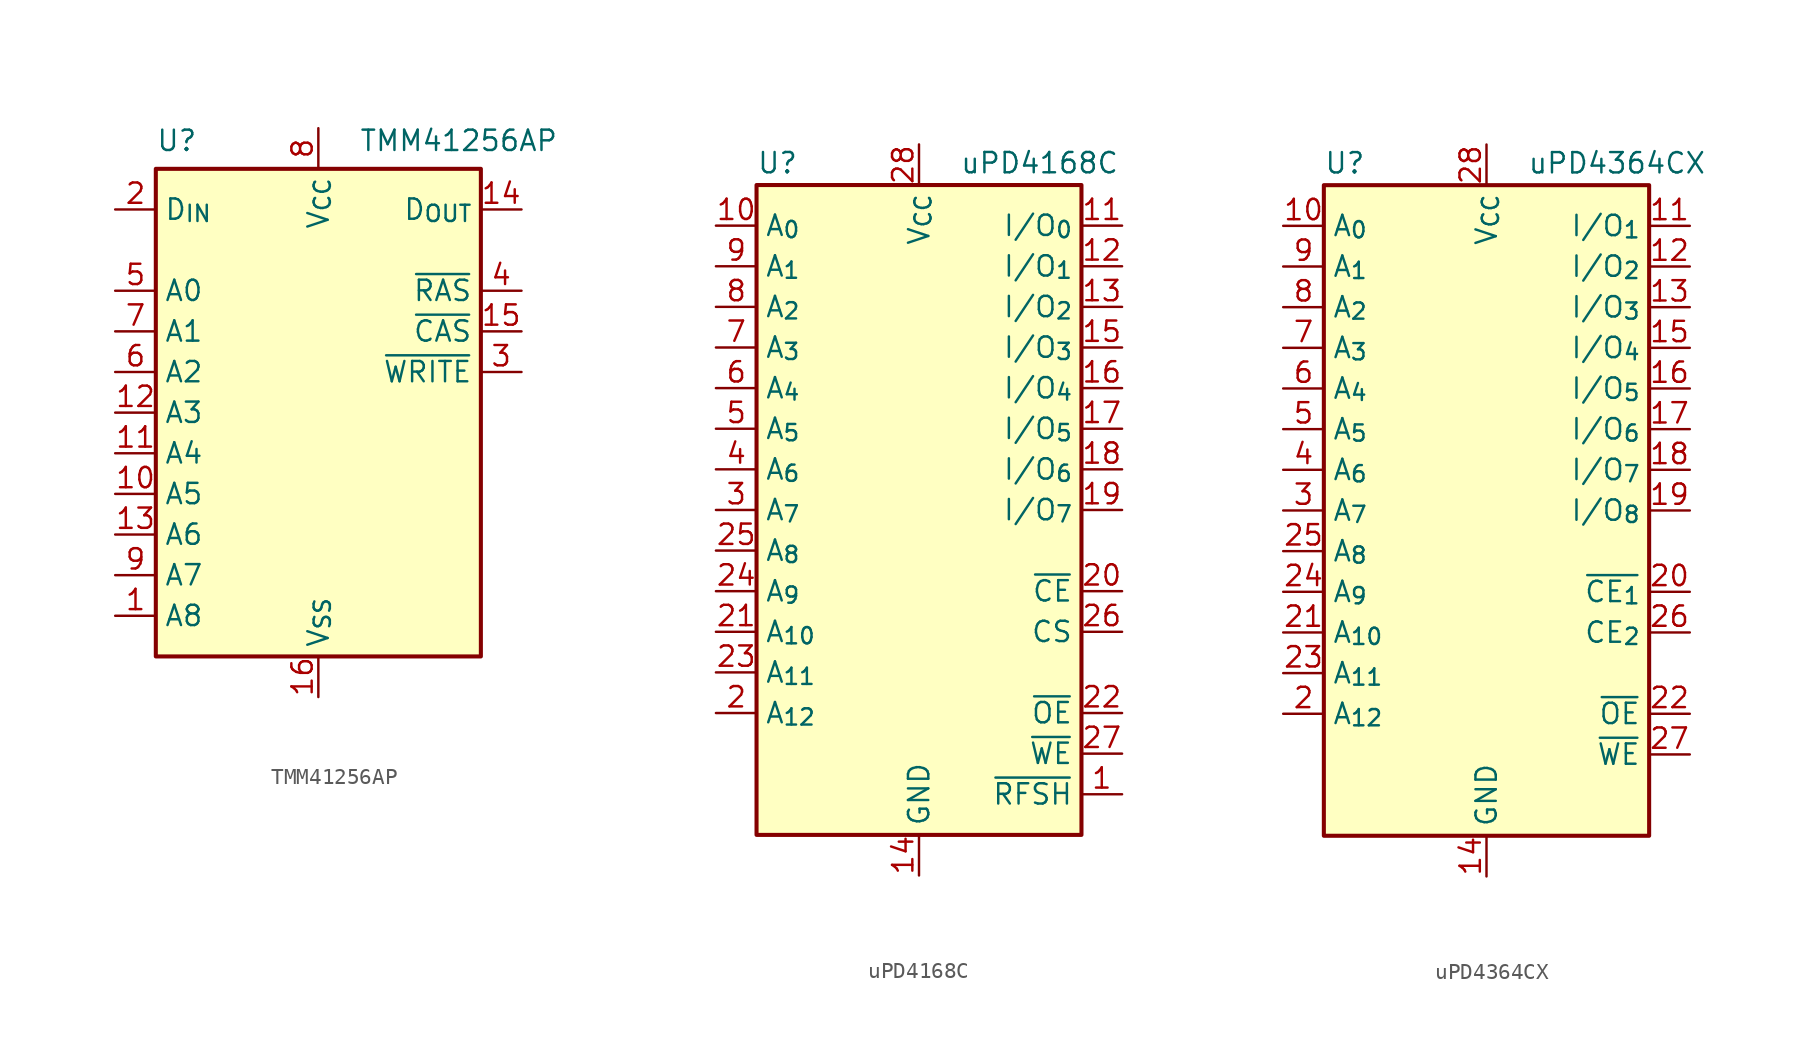
<source format=kicad_sym>
(kicad_symbol_lib
  (version 20241209)
  (generator "kicad_symbol_editor")
  (generator_version "9.0")
  (symbol "TMM41256AP"
    (property "Reference" "U"
      (at -10.16 16.256 0)
      (effects (font (size 1.27 1.27)) (justify left bottom)))
    (property "Value" "TMM41256AP"
      (at 2.54 16.256 0)
      (effects (font (size 1.27 1.27)) (justify left bottom)))
    (symbol "TMM41256AP_0_1"
      (rectangle (start -10.16 15.24) (end 10.16 -15.24) (stroke (width 0.254) (type default)) (fill (type background))))
    (symbol "TMM41256AP_1_0"
      (pin input line (at -12.7 -10.16 0) (length 2.54) (name "A7" (effects (font (size 1.27 1.27)))) (number "9" (effects (font (size 1.27 1.27)))))
      (pin input line (at -12.7 -12.7 0) (length 2.54) (name "A8" (effects (font (size 1.27 1.27)))) (number "1" (effects (font (size 1.27 1.27)))))
      (pin power_in line (at 0 17.78 270) (length 2.54) (name "V_{CC}" (effects (font (size 1.27 1.27)))) (number "8" (effects (font (size 1.27 1.27)))))
      (pin power_in line (at 0 -17.78 90) (length 2.54) (name "V_{SS}" (effects (font (size 1.27 1.27)))) (number "16" (effects (font (size 1.27 1.27))))))
    (symbol "TMM41256AP_1_1"
      (pin input line (at -12.7 12.7 0) (length 2.54) (name "D_{IN}" (effects (font (size 1.27 1.27)))) (number "2" (effects (font (size 1.27 1.27)))))
      (pin input line (at -12.7 7.62 0) (length 2.54) (name "A0" (effects (font (size 1.27 1.27)))) (number "5" (effects (font (size 1.27 1.27)))))
      (pin input line (at -12.7 5.08 0) (length 2.54) (name "A1" (effects (font (size 1.27 1.27)))) (number "7" (effects (font (size 1.27 1.27)))))
      (pin input line (at -12.7 2.54 0) (length 2.54) (name "A2" (effects (font (size 1.27 1.27)))) (number "6" (effects (font (size 1.27 1.27)))))
      (pin input line (at -12.7 0 0) (length 2.54) (name "A3" (effects (font (size 1.27 1.27)))) (number "12" (effects (font (size 1.27 1.27)))))
      (pin input line (at -12.7 -2.54 0) (length 2.54) (name "A4" (effects (font (size 1.27 1.27)))) (number "11" (effects (font (size 1.27 1.27)))))
      (pin input line (at -12.7 -5.08 0) (length 2.54) (name "A5" (effects (font (size 1.27 1.27)))) (number "10" (effects (font (size 1.27 1.27)))))
      (pin input line (at -12.7 -7.62 0) (length 2.54) (name "A6" (effects (font (size 1.27 1.27)))) (number "13" (effects (font (size 1.27 1.27)))))
      (pin tri_state line (at 12.7 12.7 180) (length 2.54) (name "D_{OUT}" (effects (font (size 1.27 1.27)))) (number "14" (effects (font (size 1.27 1.27)))))
      (pin input line (at 12.7 7.62 180) (length 2.54) (name "~{RAS}" (effects (font (size 1.27 1.27)))) (number "4" (effects (font (size 1.27 1.27)))))
      (pin input line (at 12.7 5.08 180) (length 2.54) (name "~{CAS}" (effects (font (size 1.27 1.27)))) (number "15" (effects (font (size 1.27 1.27)))))
      (pin input line (at 12.7 2.54 180) (length 2.54) (name "~{WRITE}" (effects (font (size 1.27 1.27)))) (number "3" (effects (font (size 1.27 1.27)))))))
  (symbol "uPD4168C"
    (property "Reference" "U"
      (at -10.16 20.955 0)
      (effects (font (size 1.27 1.27)) (justify left bottom)))
    (property "Value" "uPD4168C"
      (at 2.54 20.955 0)
      (effects (font (size 1.27 1.27)) (justify left bottom)))
    (symbol "uPD4168C_0_0"
      (pin power_in line (at 0 -22.86 90) (length 2.54) (name "GND" (effects (font (size 1.27 1.27)))) (number "14" (effects (font (size 1.27 1.27))))))
    (symbol "uPD4168C_0_1"
      (rectangle (start -10.16 20.32) (end 10.16 -20.32) (stroke (width 0.254) (type default)) (fill (type background))))
    (symbol "uPD4168C_1_0"
      (pin power_in line (at 0 22.86 270) (length 2.54) (name "V_{CC}" (effects (font (size 1.27 1.27)))) (number "28" (effects (font (size 1.27 1.27))))))
    (symbol "uPD4168C_1_1"
      (pin input line (at -12.7 17.78 0) (length 2.54) (name "A_{0}" (effects (font (size 1.27 1.27)))) (number "10" (effects (font (size 1.27 1.27)))))
      (pin input line (at -12.7 15.24 0) (length 2.54) (name "A_{1}" (effects (font (size 1.27 1.27)))) (number "9" (effects (font (size 1.27 1.27)))))
      (pin input line (at -12.7 12.7 0) (length 2.54) (name "A_{2}" (effects (font (size 1.27 1.27)))) (number "8" (effects (font (size 1.27 1.27)))))
      (pin input line (at -12.7 10.16 0) (length 2.54) (name "A_{3}" (effects (font (size 1.27 1.27)))) (number "7" (effects (font (size 1.27 1.27)))))
      (pin input line (at -12.7 7.62 0) (length 2.54) (name "A_{4}" (effects (font (size 1.27 1.27)))) (number "6" (effects (font (size 1.27 1.27)))))
      (pin input line (at -12.7 5.08 0) (length 2.54) (name "A_{5}" (effects (font (size 1.27 1.27)))) (number "5" (effects (font (size 1.27 1.27)))))
      (pin input line (at -12.7 2.54 0) (length 2.54) (name "A_{6}" (effects (font (size 1.27 1.27)))) (number "4" (effects (font (size 1.27 1.27)))))
      (pin input line (at -12.7 0 0) (length 2.54) (name "A_{7}" (effects (font (size 1.27 1.27)))) (number "3" (effects (font (size 1.27 1.27)))))
      (pin input line (at -12.7 -2.54 0) (length 2.54) (name "A_{8}" (effects (font (size 1.27 1.27)))) (number "25" (effects (font (size 1.27 1.27)))))
      (pin input line (at -12.7 -5.08 0) (length 2.54) (name "A_{9}" (effects (font (size 1.27 1.27)))) (number "24" (effects (font (size 1.27 1.27)))))
      (pin input line (at -12.7 -7.62 0) (length 2.54) (name "A_{10}" (effects (font (size 1.27 1.27)))) (number "21" (effects (font (size 1.27 1.27)))))
      (pin input line (at -12.7 -10.16 0) (length 2.54) (name "A_{11}" (effects (font (size 1.27 1.27)))) (number "23" (effects (font (size 1.27 1.27)))))
      (pin input line (at -12.7 -12.7 0) (length 2.54) (name "A_{12}" (effects (font (size 1.27 1.27)))) (number "2" (effects (font (size 1.27 1.27)))))
      (pin tri_state line (at 12.7 17.78 180) (length 2.54) (name "I/O_{0}" (effects (font (size 1.27 1.27)))) (number "11" (effects (font (size 1.27 1.27)))))
      (pin tri_state line (at 12.7 15.24 180) (length 2.54) (name "I/O_{1}" (effects (font (size 1.27 1.27)))) (number "12" (effects (font (size 1.27 1.27)))))
      (pin tri_state line (at 12.7 12.7 180) (length 2.54) (name "I/O_{2}" (effects (font (size 1.27 1.27)))) (number "13" (effects (font (size 1.27 1.27)))))
      (pin tri_state line (at 12.7 10.16 180) (length 2.54) (name "I/O_{3}" (effects (font (size 1.27 1.27)))) (number "15" (effects (font (size 1.27 1.27)))))
      (pin tri_state line (at 12.7 7.62 180) (length 2.54) (name "I/O_{4}" (effects (font (size 1.27 1.27)))) (number "16" (effects (font (size 1.27 1.27)))))
      (pin tri_state line (at 12.7 5.08 180) (length 2.54) (name "I/O_{5}" (effects (font (size 1.27 1.27)))) (number "17" (effects (font (size 1.27 1.27)))))
      (pin tri_state line (at 12.7 2.54 180) (length 2.54) (name "I/O_{6}" (effects (font (size 1.27 1.27)))) (number "18" (effects (font (size 1.27 1.27)))))
      (pin tri_state line (at 12.7 0 180) (length 2.54) (name "I/O_{7}" (effects (font (size 1.27 1.27)))) (number "19" (effects (font (size 1.27 1.27)))))
      (pin input line (at 12.7 -5.08 180) (length 2.54) (name "~{CE}" (effects (font (size 1.27 1.27)))) (number "20" (effects (font (size 1.27 1.27)))))
      (pin input line (at 12.7 -7.62 180) (length 2.54) (name "CS" (effects (font (size 1.27 1.27)))) (number "26" (effects (font (size 1.27 1.27)))))
      (pin input line (at 12.7 -12.7 180) (length 2.54) (name "~{OE}" (effects (font (size 1.27 1.27)))) (number "22" (effects (font (size 1.27 1.27)))))
      (pin input line (at 12.7 -15.24 180) (length 2.54) (name "~{WE}" (effects (font (size 1.27 1.27)))) (number "27" (effects (font (size 1.27 1.27)))))
      (pin input line (at 12.7 -17.78 180) (length 2.54) (name "~{RFSH}" (effects (font (size 1.27 1.27)))) (number "1" (effects (font (size 1.27 1.27)))))))
  (symbol "uPD4364CX"
    (property "Reference" "U"
      (at -10.16 20.955 0)
      (effects (font (size 1.27 1.27)) (justify left bottom)))
    (property "Value" "uPD4364CX"
      (at 2.54 20.955 0)
      (effects (font (size 1.27 1.27)) (justify left bottom)))
    (symbol "uPD4364CX_0_0"
      (pin power_in line (at 0 -22.86 90) (length 2.54) (name "GND" (effects (font (size 1.27 1.27)))) (number "14" (effects (font (size 1.27 1.27))))))
    (symbol "uPD4364CX_0_1"
      (rectangle (start -10.16 20.32) (end 10.16 -20.32) (stroke (width 0.254) (type default)) (fill (type background))))
    (symbol "uPD4364CX_1_0"
      (pin power_in line (at 0 22.86 270) (length 2.54) (name "V_{CC}" (effects (font (size 1.27 1.27)))) (number "28" (effects (font (size 1.27 1.27))))))
    (symbol "uPD4364CX_1_1"
      (pin input line (at -12.7 17.78 0) (length 2.54) (name "A_{0}" (effects (font (size 1.27 1.27)))) (number "10" (effects (font (size 1.27 1.27)))))
      (pin input line (at -12.7 15.24 0) (length 2.54) (name "A_{1}" (effects (font (size 1.27 1.27)))) (number "9" (effects (font (size 1.27 1.27)))))
      (pin input line (at -12.7 12.7 0) (length 2.54) (name "A_{2}" (effects (font (size 1.27 1.27)))) (number "8" (effects (font (size 1.27 1.27)))))
      (pin input line (at -12.7 10.16 0) (length 2.54) (name "A_{3}" (effects (font (size 1.27 1.27)))) (number "7" (effects (font (size 1.27 1.27)))))
      (pin input line (at -12.7 7.62 0) (length 2.54) (name "A_{4}" (effects (font (size 1.27 1.27)))) (number "6" (effects (font (size 1.27 1.27)))))
      (pin input line (at -12.7 5.08 0) (length 2.54) (name "A_{5}" (effects (font (size 1.27 1.27)))) (number "5" (effects (font (size 1.27 1.27)))))
      (pin input line (at -12.7 2.54 0) (length 2.54) (name "A_{6}" (effects (font (size 1.27 1.27)))) (number "4" (effects (font (size 1.27 1.27)))))
      (pin input line (at -12.7 0 0) (length 2.54) (name "A_{7}" (effects (font (size 1.27 1.27)))) (number "3" (effects (font (size 1.27 1.27)))))
      (pin input line (at -12.7 -2.54 0) (length 2.54) (name "A_{8}" (effects (font (size 1.27 1.27)))) (number "25" (effects (font (size 1.27 1.27)))))
      (pin input line (at -12.7 -5.08 0) (length 2.54) (name "A_{9}" (effects (font (size 1.27 1.27)))) (number "24" (effects (font (size 1.27 1.27)))))
      (pin input line (at -12.7 -7.62 0) (length 2.54) (name "A_{10}" (effects (font (size 1.27 1.27)))) (number "21" (effects (font (size 1.27 1.27)))))
      (pin input line (at -12.7 -10.16 0) (length 2.54) (name "A_{11}" (effects (font (size 1.27 1.27)))) (number "23" (effects (font (size 1.27 1.27)))))
      (pin input line (at -12.7 -12.7 0) (length 2.54) (name "A_{12}" (effects (font (size 1.27 1.27)))) (number "2" (effects (font (size 1.27 1.27)))))
      (pin no_connect line (at 10.16 -17.78 180) (length 2.54) (hide yes) (name "NC" (effects (font (size 1.27 1.27)))) (number "1" (effects (font (size 1.27 1.27)))))
      (pin tri_state line (at 12.7 17.78 180) (length 2.54) (name "I/O_{1}" (effects (font (size 1.27 1.27)))) (number "11" (effects (font (size 1.27 1.27)))))
      (pin tri_state line (at 12.7 15.24 180) (length 2.54) (name "I/O_{2}" (effects (font (size 1.27 1.27)))) (number "12" (effects (font (size 1.27 1.27)))))
      (pin tri_state line (at 12.7 12.7 180) (length 2.54) (name "I/O_{3}" (effects (font (size 1.27 1.27)))) (number "13" (effects (font (size 1.27 1.27)))))
      (pin tri_state line (at 12.7 10.16 180) (length 2.54) (name "I/O_{4}" (effects (font (size 1.27 1.27)))) (number "15" (effects (font (size 1.27 1.27)))))
      (pin tri_state line (at 12.7 7.62 180) (length 2.54) (name "I/O_{5}" (effects (font (size 1.27 1.27)))) (number "16" (effects (font (size 1.27 1.27)))))
      (pin tri_state line (at 12.7 5.08 180) (length 2.54) (name "I/O_{6}" (effects (font (size 1.27 1.27)))) (number "17" (effects (font (size 1.27 1.27)))))
      (pin tri_state line (at 12.7 2.54 180) (length 2.54) (name "I/O_{7}" (effects (font (size 1.27 1.27)))) (number "18" (effects (font (size 1.27 1.27)))))
      (pin tri_state line (at 12.7 0 180) (length 2.54) (name "I/O_{8}" (effects (font (size 1.27 1.27)))) (number "19" (effects (font (size 1.27 1.27)))))
      (pin input line (at 12.7 -5.08 180) (length 2.54) (name "~{CE_{1}}" (effects (font (size 1.27 1.27)))) (number "20" (effects (font (size 1.27 1.27)))))
      (pin input line (at 12.7 -7.62 180) (length 2.54) (name "CE_{2}" (effects (font (size 1.27 1.27)))) (number "26" (effects (font (size 1.27 1.27)))))
      (pin input line (at 12.7 -12.7 180) (length 2.54) (name "~{OE}" (effects (font (size 1.27 1.27)))) (number "22" (effects (font (size 1.27 1.27)))))
      (pin input line (at 12.7 -15.24 180) (length 2.54) (name "~{WE}" (effects (font (size 1.27 1.27)))) (number "27" (effects (font (size 1.27 1.27))))))))
</source>
